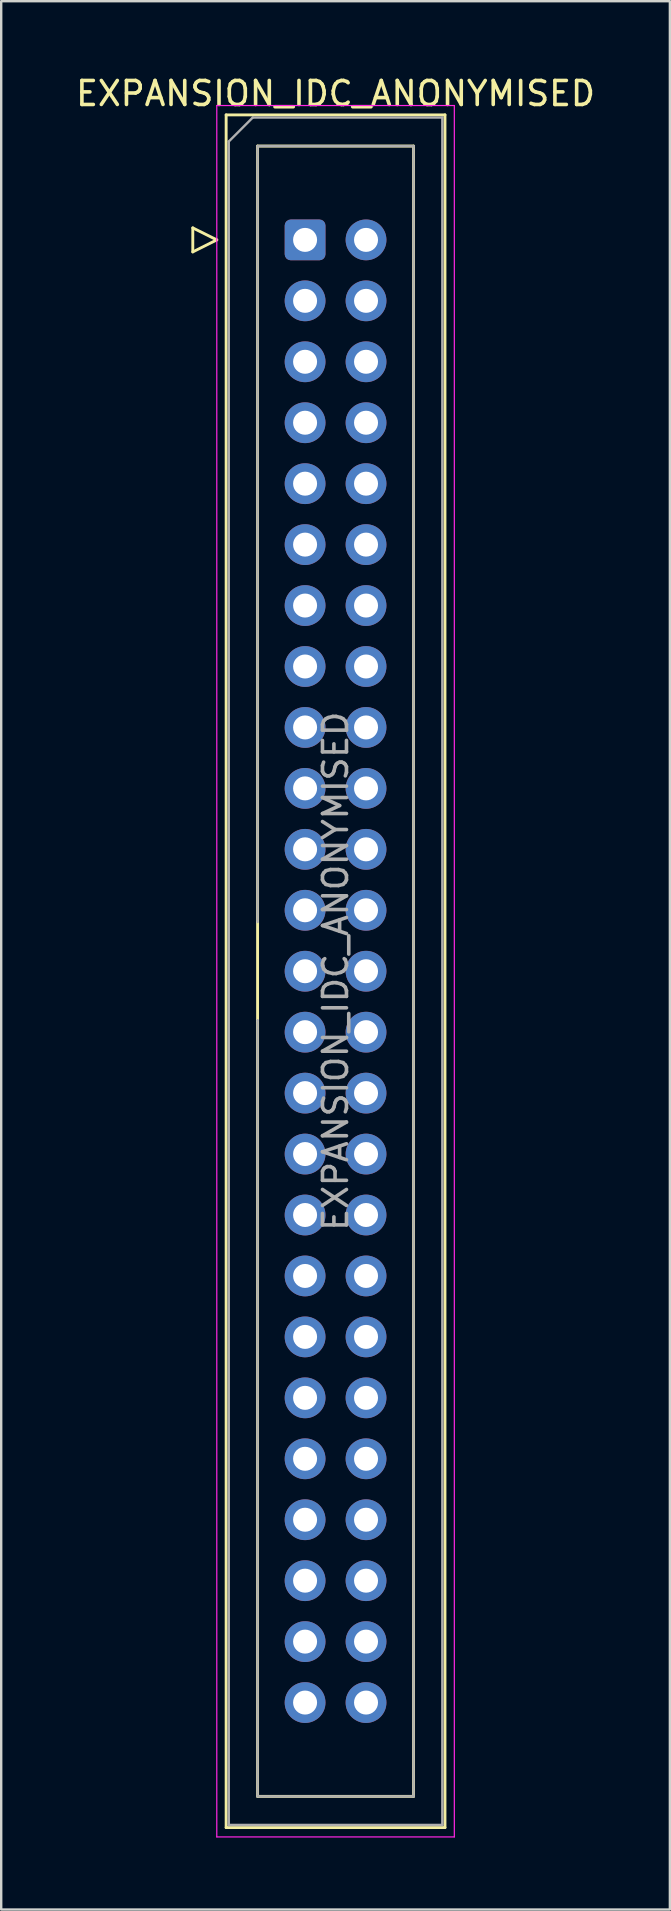
<source format=kicad_pcb>
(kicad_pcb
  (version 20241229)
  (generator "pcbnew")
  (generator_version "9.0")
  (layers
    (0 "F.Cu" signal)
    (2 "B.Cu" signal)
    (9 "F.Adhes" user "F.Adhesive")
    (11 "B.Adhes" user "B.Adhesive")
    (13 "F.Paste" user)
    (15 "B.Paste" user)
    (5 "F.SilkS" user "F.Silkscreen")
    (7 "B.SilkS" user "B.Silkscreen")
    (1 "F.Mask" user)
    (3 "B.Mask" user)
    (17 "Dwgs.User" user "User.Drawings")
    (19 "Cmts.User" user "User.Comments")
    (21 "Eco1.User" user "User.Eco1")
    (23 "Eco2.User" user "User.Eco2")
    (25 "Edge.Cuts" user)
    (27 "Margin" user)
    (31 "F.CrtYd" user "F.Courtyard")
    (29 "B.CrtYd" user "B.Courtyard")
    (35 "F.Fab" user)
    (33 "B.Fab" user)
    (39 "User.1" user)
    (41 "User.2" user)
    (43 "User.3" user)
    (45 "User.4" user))
  (footprint "EXPANSION_IDC_ANONYMISED"
    (layer "F.Cu")
    (at 9.665 6.948)
    (property "Reference" "EXPANSION_IDC_ANONYMISED" (at 1.27 -6.1 0) (layer "F.SilkS") (effects (font (size 1 1) (thickness 0.15))))
    (attr through_hole)
    (fp_line (start -4.68 -0.5) (end -4.68 0.5) (stroke (width 0.12) (type solid)) (layer "F.SilkS"))
    (fp_line (start -4.68 0.5) (end -3.68 0) (stroke (width 0.12) (type solid)) (layer "F.SilkS"))
    (fp_line (start -3.68 0) (end -4.68 -0.5) (stroke (width 0.12) (type solid)) (layer "F.SilkS"))
    (fp_line (start -3.29 -5.21) (end 5.83 -5.21) (stroke (width 0.12) (type solid)) (layer "F.SilkS"))
    (fp_line (start -3.29 66.17) (end -3.29 -5.21) (stroke (width 0.12) (type solid)) (layer "F.SilkS"))
    (fp_line (start -1.98 -3.91) (end 4.52 -3.91) (stroke (width 0.12) (type solid)) (layer "F.SilkS"))
    (fp_line (start -1.98 28.43) (end -1.98 -3.91) (stroke (width 0.12) (type solid)) (layer "F.SilkS"))
    (fp_line (start -1.98 32.53) (end -1.98 28.43) (stroke (width 0.12) (type solid)) (layer "F.SilkS"))
    (fp_line (start -1.98 32.53) (end -1.98 32.53) (stroke (width 0.12) (type solid)) (layer "F.SilkS"))
    (fp_line (start -1.98 64.87) (end -1.98 32.53) (stroke (width 0.12) (type solid)) (layer "F.SilkS"))
    (fp_line (start 4.52 -3.91) (end 4.52 64.87) (stroke (width 0.12) (type solid)) (layer "F.SilkS"))
    (fp_line (start 4.52 64.87) (end -1.98 64.87) (stroke (width 0.12) (type solid)) (layer "F.SilkS"))
    (fp_line (start 5.83 -5.21) (end 5.83 66.17) (stroke (width 0.12) (type solid)) (layer "F.SilkS"))
    (fp_line (start 5.83 66.17) (end -3.29 66.17) (stroke (width 0.12) (type solid)) (layer "F.SilkS"))
    (fp_line (start -3.68 -5.6) (end -3.68 66.56) (stroke (width 0.05) (type solid)) (layer "F.CrtYd"))
    (fp_line (start -3.68 66.56) (end 6.22 66.56) (stroke (width 0.05) (type solid)) (layer "F.CrtYd"))
    (fp_line (start 6.22 -5.6) (end -3.68 -5.6) (stroke (width 0.05) (type solid)) (layer "F.CrtYd"))
    (fp_line (start 6.22 66.56) (end 6.22 -5.6) (stroke (width 0.05) (type solid)) (layer "F.CrtYd"))
    (fp_line (start -3.18 -4.1) (end -2.18 -5.1) (stroke (width 0.1) (type solid)) (layer "F.Fab"))
    (fp_line (start -3.18 66.06) (end -3.18 -4.1) (stroke (width 0.1) (type solid)) (layer "F.Fab"))
    (fp_line (start -2.18 -5.1) (end 5.72 -5.1) (stroke (width 0.1) (type solid)) (layer "F.Fab"))
    (fp_line (start -1.98 -3.91) (end 4.52 -3.91) (stroke (width 0.1) (type solid)) (layer "F.Fab"))
    (fp_line (start -1.98 28.43) (end -1.98 -3.91) (stroke (width 0.1) (type solid)) (layer "F.Fab"))
    (fp_line (start -1.98 32.53) (end -1.98 32.53) (stroke (width 0.1) (type solid)) (layer "F.Fab"))
    (fp_line (start -1.98 64.87) (end -1.98 32.53) (stroke (width 0.1) (type solid)) (layer "F.Fab"))
    (fp_line (start 4.52 -3.91) (end 4.52 64.87) (stroke (width 0.1) (type solid)) (layer "F.Fab"))
    (fp_line (start 4.52 64.87) (end -1.98 64.87) (stroke (width 0.1) (type solid)) (layer "F.Fab"))
    (fp_line (start 5.72 -5.1) (end 5.72 66.06) (stroke (width 0.1) (type solid)) (layer "F.Fab"))
    (fp_line (start 5.72 66.06) (end -3.18 66.06) (stroke (width 0.1) (type solid)) (layer "F.Fab"))
    (fp_text user "${REFERENCE}" (at 1.27 30.48 90) (layer "F.Fab") (effects (font (size 1 1) (thickness 0.15))))
    (pad "1" thru_hole roundrect (at 0 0) (size 1.7 1.7) (drill 1) (layers "*.Cu" "*.Mask") (roundrect_rratio 0.147))
    (pad "2" thru_hole circle (at 2.54 0) (size 1.7 1.7) (drill 1) (layers "*.Cu" "*.Mask"))
    (pad "3" thru_hole circle (at 0 2.54) (size 1.7 1.7) (drill 1) (layers "*.Cu" "*.Mask"))
    (pad "4" thru_hole circle (at 2.54 2.54) (size 1.7 1.7) (drill 1) (layers "*.Cu" "*.Mask"))
    (pad "5" thru_hole circle (at 0 5.08) (size 1.7 1.7) (drill 1) (layers "*.Cu" "*.Mask"))
    (pad "6" thru_hole circle (at 2.54 5.08) (size 1.7 1.7) (drill 1) (layers "*.Cu" "*.Mask"))
    (pad "7" thru_hole circle (at 0 7.62) (size 1.7 1.7) (drill 1) (layers "*.Cu" "*.Mask"))
    (pad "8" thru_hole circle (at 2.54 7.62) (size 1.7 1.7) (drill 1) (layers "*.Cu" "*.Mask"))
    (pad "9" thru_hole circle (at 0 10.16) (size 1.7 1.7) (drill 1) (layers "*.Cu" "*.Mask"))
    (pad "10" thru_hole circle (at 2.54 10.16) (size 1.7 1.7) (drill 1) (layers "*.Cu" "*.Mask"))
    (pad "11" thru_hole circle (at 0 12.7) (size 1.7 1.7) (drill 1) (layers "*.Cu" "*.Mask"))
    (pad "12" thru_hole circle (at 2.54 12.7) (size 1.7 1.7) (drill 1) (layers "*.Cu" "*.Mask"))
    (pad "13" thru_hole circle (at 0 15.24) (size 1.7 1.7) (drill 1) (layers "*.Cu" "*.Mask"))
    (pad "14" thru_hole circle (at 2.54 15.24) (size 1.7 1.7) (drill 1) (layers "*.Cu" "*.Mask"))
    (pad "15" thru_hole circle (at 0 17.78) (size 1.7 1.7) (drill 1) (layers "*.Cu" "*.Mask"))
    (pad "16" thru_hole circle (at 2.54 17.78) (size 1.7 1.7) (drill 1) (layers "*.Cu" "*.Mask"))
    (pad "17" thru_hole circle (at 0 20.32) (size 1.7 1.7) (drill 1) (layers "*.Cu" "*.Mask"))
    (pad "18" thru_hole circle (at 2.54 20.32) (size 1.7 1.7) (drill 1) (layers "*.Cu" "*.Mask"))
    (pad "19" thru_hole circle (at 0 22.86) (size 1.7 1.7) (drill 1) (layers "*.Cu" "*.Mask"))
    (pad "20" thru_hole circle (at 2.54 22.86) (size 1.7 1.7) (drill 1) (layers "*.Cu" "*.Mask"))
    (pad "21" thru_hole circle (at 0 25.4) (size 1.7 1.7) (drill 1) (layers "*.Cu" "*.Mask"))
    (pad "22" thru_hole circle (at 2.54 25.4) (size 1.7 1.7) (drill 1) (layers "*.Cu" "*.Mask"))
    (pad "23" thru_hole circle (at 0 27.94) (size 1.7 1.7) (drill 1) (layers "*.Cu" "*.Mask"))
    (pad "24" thru_hole circle (at 2.54 27.94) (size 1.7 1.7) (drill 1) (layers "*.Cu" "*.Mask"))
    (pad "25" thru_hole circle (at 0 30.48) (size 1.7 1.7) (drill 1) (layers "*.Cu" "*.Mask"))
    (pad "26" thru_hole circle (at 2.54 30.48) (size 1.7 1.7) (drill 1) (layers "*.Cu" "*.Mask"))
    (pad "27" thru_hole circle (at 0 33.02) (size 1.7 1.7) (drill 1) (layers "*.Cu" "*.Mask"))
    (pad "28" thru_hole circle (at 2.54 33.02) (size 1.7 1.7) (drill 1) (layers "*.Cu" "*.Mask"))
    (pad "29" thru_hole circle (at 0 35.56) (size 1.7 1.7) (drill 1) (layers "*.Cu" "*.Mask"))
    (pad "30" thru_hole circle (at 2.54 35.56) (size 1.7 1.7) (drill 1) (layers "*.Cu" "*.Mask"))
    (pad "31" thru_hole circle (at 0 38.1) (size 1.7 1.7) (drill 1) (layers "*.Cu" "*.Mask"))
    (pad "32" thru_hole circle (at 2.54 38.1) (size 1.7 1.7) (drill 1) (layers "*.Cu" "*.Mask"))
    (pad "33" thru_hole circle (at 0 40.64) (size 1.7 1.7) (drill 1) (layers "*.Cu" "*.Mask"))
    (pad "34" thru_hole circle (at 2.54 40.64) (size 1.7 1.7) (drill 1) (layers "*.Cu" "*.Mask"))
    (pad "35" thru_hole circle (at 0 43.18) (size 1.7 1.7) (drill 1) (layers "*.Cu" "*.Mask"))
    (pad "36" thru_hole circle (at 2.54 43.18) (size 1.7 1.7) (drill 1) (layers "*.Cu" "*.Mask"))
    (pad "37" thru_hole circle (at 0 45.72) (size 1.7 1.7) (drill 1) (layers "*.Cu" "*.Mask"))
    (pad "38" thru_hole circle (at 2.54 45.72) (size 1.7 1.7) (drill 1) (layers "*.Cu" "*.Mask"))
    (pad "39" thru_hole circle (at 0 48.26) (size 1.7 1.7) (drill 1) (layers "*.Cu" "*.Mask"))
    (pad "40" thru_hole circle (at 2.54 48.26) (size 1.7 1.7) (drill 1) (layers "*.Cu" "*.Mask"))
    (pad "41" thru_hole circle (at 0 50.8) (size 1.7 1.7) (drill 1) (layers "*.Cu" "*.Mask"))
    (pad "42" thru_hole circle (at 2.54 50.8) (size 1.7 1.7) (drill 1) (layers "*.Cu" "*.Mask"))
    (pad "43" thru_hole circle (at 0 53.34) (size 1.7 1.7) (drill 1) (layers "*.Cu" "*.Mask"))
    (pad "44" thru_hole circle (at 2.54 53.34) (size 1.7 1.7) (drill 1) (layers "*.Cu" "*.Mask"))
    (pad "45" thru_hole circle (at 0 55.88) (size 1.7 1.7) (drill 1) (layers "*.Cu" "*.Mask"))
    (pad "46" thru_hole circle (at 2.54 55.88) (size 1.7 1.7) (drill 1) (layers "*.Cu" "*.Mask"))
    (pad "47" thru_hole circle (at 0 58.42) (size 1.7 1.7) (drill 1) (layers "*.Cu" "*.Mask"))
    (pad "48" thru_hole circle (at 2.54 58.42) (size 1.7 1.7) (drill 1) (layers "*.Cu" "*.Mask"))
    (pad "49" thru_hole circle (at 0 60.96) (size 1.7 1.7) (drill 1) (layers "*.Cu" "*.Mask"))
    (pad "50" thru_hole circle (at 2.54 60.96) (size 1.7 1.7) (drill 1) (layers "*.Cu" "*.Mask")))
  (gr_rect
    (start -3 -3)
    (end 24.869 76.533)
    (stroke (width 0.1) (type default))
    (fill no)
    (layer "Edge.Cuts")))
</source>
